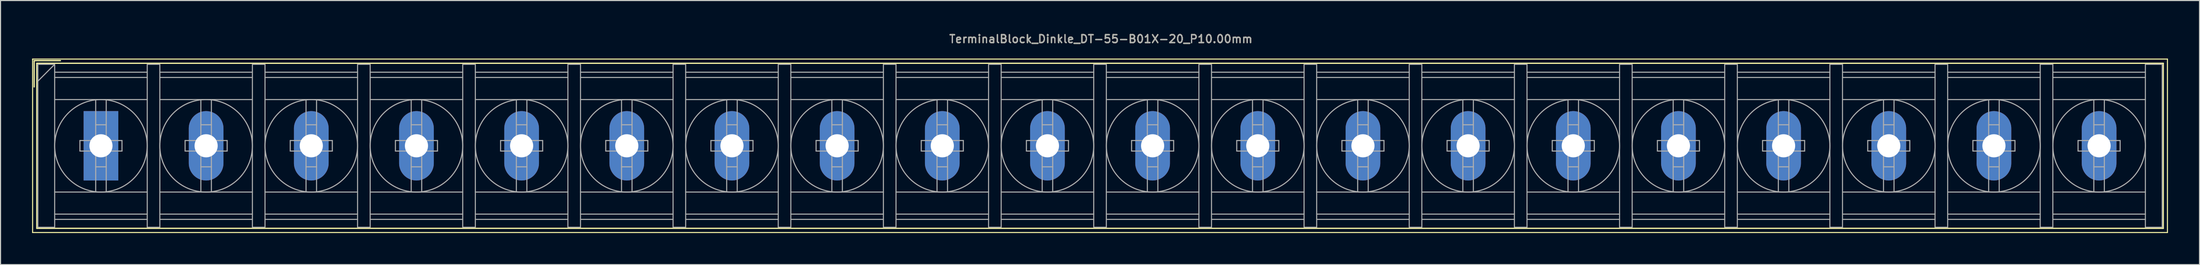
<source format=kicad_pcb>
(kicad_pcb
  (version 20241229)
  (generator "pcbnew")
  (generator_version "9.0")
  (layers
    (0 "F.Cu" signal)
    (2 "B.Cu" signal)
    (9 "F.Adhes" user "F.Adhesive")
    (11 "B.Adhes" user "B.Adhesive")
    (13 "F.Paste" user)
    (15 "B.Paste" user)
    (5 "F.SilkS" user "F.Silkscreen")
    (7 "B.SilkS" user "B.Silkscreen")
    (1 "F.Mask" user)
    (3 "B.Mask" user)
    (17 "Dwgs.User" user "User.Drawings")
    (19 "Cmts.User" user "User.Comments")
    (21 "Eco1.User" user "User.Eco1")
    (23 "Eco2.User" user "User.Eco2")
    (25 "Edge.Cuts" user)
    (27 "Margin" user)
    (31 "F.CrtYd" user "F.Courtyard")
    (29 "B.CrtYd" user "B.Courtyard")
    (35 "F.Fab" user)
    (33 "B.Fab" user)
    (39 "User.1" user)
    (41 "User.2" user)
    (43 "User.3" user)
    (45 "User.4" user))
  (footprint "TerminalBlock_Dinkle_DT-55-B01X-20_P10.00mm"
    (layer "F.Cu")
    (at 6.55 10.818)
    (property "Reference" "TerminalBlock_Dinkle_DT-55-B01X-20_P10.00mm" (at 95.08 -10.16 0) (layer "F.SilkS") (effects (font (size 0.75 0.75) (thickness 0.125))))
    (attr through_hole)
    (fp_line (start -6.5 -8.25) (end 196.5 -8.25) (stroke (width 0.1) (type solid)) (layer "F.SilkS"))
    (fp_line (start -6.5 8.25) (end -6.5 -8.25) (stroke (width 0.1) (type solid)) (layer "F.SilkS"))
    (fp_line (start -6.5 8.25) (end 196.5 8.25) (stroke (width 0.1) (type solid)) (layer "F.SilkS"))
    (fp_line (start -6.35 -8.1) (end -3.85 -8.1) (stroke (width 0.12) (type solid)) (layer "F.SilkS"))
    (fp_line (start -6.35 -5.6) (end -6.35 -8.1) (stroke (width 0.12) (type solid)) (layer "F.SilkS"))
    (fp_line (start -6.1 -7.85) (end 196.1 -7.85) (stroke (width 0.12) (type solid)) (layer "F.SilkS"))
    (fp_line (start -6.1 7.85) (end -6.1 -7.85) (stroke (width 0.12) (type solid)) (layer "F.SilkS"))
    (fp_line (start -6.1 7.85) (end 196.1 7.85) (stroke (width 0.12) (type solid)) (layer "F.SilkS"))
    (fp_line (start 196.1 -7.85) (end 196.1 7.85) (stroke (width 0.12) (type solid)) (layer "F.SilkS"))
    (fp_line (start 196.5 -8.25) (end 196.5 8.25) (stroke (width 0.1) (type solid)) (layer "F.SilkS"))
    (fp_line (start -6 -7.75) (end -6 7.75) (stroke (width 0.1) (type solid)) (layer "F.Fab"))
    (fp_line (start -6 -7.75) (end -4.4 -7.75) (stroke (width 0.1) (type solid)) (layer "F.Fab"))
    (fp_line (start -6 7.75) (end -4.4 7.75) (stroke (width 0.1) (type solid)) (layer "F.Fab"))
    (fp_line (start -4.4 -7.75) (end -6 -6.15) (stroke (width 0.1) (type solid)) (layer "F.Fab"))
    (fp_line (start -4.4 -7.75) (end -4.4 7.75) (stroke (width 0.1) (type solid)) (layer "F.Fab"))
    (fp_line (start -4.4 -7) (end 4.4 -7) (stroke (width 0.1) (type solid)) (layer "F.Fab"))
    (fp_line (start -4.4 -6.5) (end 4.4 -6.5) (stroke (width 0.1) (type solid)) (layer "F.Fab"))
    (fp_line (start -4.4 -4.4) (end 4.4 -4.4) (stroke (width 0.1) (type solid)) (layer "F.Fab"))
    (fp_line (start -4.4 4.4) (end 4.4 4.4) (stroke (width 0.1) (type solid)) (layer "F.Fab"))
    (fp_line (start -4.4 6.5) (end 4.4 6.5) (stroke (width 0.1) (type solid)) (layer "F.Fab"))
    (fp_line (start -4.4 7) (end 4.4 7) (stroke (width 0.1) (type solid)) (layer "F.Fab"))
    (fp_line (start -2 -0.5) (end -2 0.5) (stroke (width 0.1) (type solid)) (layer "F.Fab"))
    (fp_line (start -2 0.5) (end -0.5 0.5) (stroke (width 0.1) (type solid)) (layer "F.Fab"))
    (fp_line (start -0.5 -4.35) (end -0.5 -0.5) (stroke (width 0.1) (type solid)) (layer "F.Fab"))
    (fp_line (start -0.5 -2) (end 0.5 -2) (stroke (width 0.1) (type solid)) (layer "F.Fab"))
    (fp_line (start -0.5 -0.5) (end -2 -0.5) (stroke (width 0.1) (type solid)) (layer "F.Fab"))
    (fp_line (start -0.5 0.5) (end -0.5 4.35) (stroke (width 0.1) (type solid)) (layer "F.Fab"))
    (fp_line (start -0.5 2) (end 0.5 2) (stroke (width 0.1) (type solid)) (layer "F.Fab"))
    (fp_line (start 0.5 -4.35) (end 0.5 -0.5) (stroke (width 0.1) (type solid)) (layer "F.Fab"))
    (fp_line (start 0.5 -0.5) (end 2 -0.5) (stroke (width 0.1) (type solid)) (layer "F.Fab"))
    (fp_line (start 0.5 0.5) (end 0.5 4.35) (stroke (width 0.1) (type solid)) (layer "F.Fab"))
    (fp_line (start 2 -0.5) (end 2 0.5) (stroke (width 0.1) (type solid)) (layer "F.Fab"))
    (fp_line (start 2 0.5) (end 0.5 0.5) (stroke (width 0.1) (type solid)) (layer "F.Fab"))
    (fp_line (start 4.4 -7.75) (end 4.4 7.75) (stroke (width 0.1) (type solid)) (layer "F.Fab"))
    (fp_line (start 4.4 -7.75) (end 5.6 -7.75) (stroke (width 0.1) (type solid)) (layer "F.Fab"))
    (fp_line (start 4.4 7.75) (end 5.6 7.75) (stroke (width 0.1) (type solid)) (layer "F.Fab"))
    (fp_line (start 5.6 -7.75) (end 5.6 7.75) (stroke (width 0.1) (type solid)) (layer "F.Fab"))
    (fp_line (start 5.6 -7) (end 14.4 -7) (stroke (width 0.1) (type solid)) (layer "F.Fab"))
    (fp_line (start 5.6 -6.5) (end 14.4 -6.5) (stroke (width 0.1) (type solid)) (layer "F.Fab"))
    (fp_line (start 5.6 -4.4) (end 14.4 -4.4) (stroke (width 0.1) (type solid)) (layer "F.Fab"))
    (fp_line (start 5.6 4.4) (end 14.4 4.4) (stroke (width 0.1) (type solid)) (layer "F.Fab"))
    (fp_line (start 5.6 6.5) (end 14.4 6.5) (stroke (width 0.1) (type solid)) (layer "F.Fab"))
    (fp_line (start 5.6 7) (end 14.4 7) (stroke (width 0.1) (type solid)) (layer "F.Fab"))
    (fp_line (start 8 -0.5) (end 8 0.5) (stroke (width 0.1) (type solid)) (layer "F.Fab"))
    (fp_line (start 8 0.5) (end 9.5 0.5) (stroke (width 0.1) (type solid)) (layer "F.Fab"))
    (fp_line (start 9.5 -4.35) (end 9.5 -0.5) (stroke (width 0.1) (type solid)) (layer "F.Fab"))
    (fp_line (start 9.5 -2) (end 10.5 -2) (stroke (width 0.1) (type solid)) (layer "F.Fab"))
    (fp_line (start 9.5 -0.5) (end 8 -0.5) (stroke (width 0.1) (type solid)) (layer "F.Fab"))
    (fp_line (start 9.5 0.5) (end 9.5 4.35) (stroke (width 0.1) (type solid)) (layer "F.Fab"))
    (fp_line (start 9.5 2) (end 10.5 2) (stroke (width 0.1) (type solid)) (layer "F.Fab"))
    (fp_line (start 10.5 -4.35) (end 10.5 -0.5) (stroke (width 0.1) (type solid)) (layer "F.Fab"))
    (fp_line (start 10.5 -0.5) (end 12 -0.5) (stroke (width 0.1) (type solid)) (layer "F.Fab"))
    (fp_line (start 10.5 0.5) (end 10.5 4.35) (stroke (width 0.1) (type solid)) (layer "F.Fab"))
    (fp_line (start 12 -0.5) (end 12 0.5) (stroke (width 0.1) (type solid)) (layer "F.Fab"))
    (fp_line (start 12 0.5) (end 10.5 0.5) (stroke (width 0.1) (type solid)) (layer "F.Fab"))
    (fp_line (start 14.4 -7.75) (end 14.4 7.75) (stroke (width 0.1) (type solid)) (layer "F.Fab"))
    (fp_line (start 14.4 -7.75) (end 15.6 -7.75) (stroke (width 0.1) (type solid)) (layer "F.Fab"))
    (fp_line (start 14.4 7.75) (end 15.6 7.75) (stroke (width 0.1) (type solid)) (layer "F.Fab"))
    (fp_line (start 15.6 -7.75) (end 15.6 7.75) (stroke (width 0.1) (type solid)) (layer "F.Fab"))
    (fp_line (start 15.6 -7) (end 24.4 -7) (stroke (width 0.1) (type solid)) (layer "F.Fab"))
    (fp_line (start 15.6 -6.5) (end 24.4 -6.5) (stroke (width 0.1) (type solid)) (layer "F.Fab"))
    (fp_line (start 15.6 -4.4) (end 24.4 -4.4) (stroke (width 0.1) (type solid)) (layer "F.Fab"))
    (fp_line (start 15.6 4.4) (end 24.4 4.4) (stroke (width 0.1) (type solid)) (layer "F.Fab"))
    (fp_line (start 15.6 6.5) (end 24.4 6.5) (stroke (width 0.1) (type solid)) (layer "F.Fab"))
    (fp_line (start 15.6 7) (end 24.4 7) (stroke (width 0.1) (type solid)) (layer "F.Fab"))
    (fp_line (start 18 -0.5) (end 18 0.5) (stroke (width 0.1) (type solid)) (layer "F.Fab"))
    (fp_line (start 18 0.5) (end 19.5 0.5) (stroke (width 0.1) (type solid)) (layer "F.Fab"))
    (fp_line (start 19.5 -4.35) (end 19.5 -0.5) (stroke (width 0.1) (type solid)) (layer "F.Fab"))
    (fp_line (start 19.5 -2) (end 20.5 -2) (stroke (width 0.1) (type solid)) (layer "F.Fab"))
    (fp_line (start 19.5 -0.5) (end 18 -0.5) (stroke (width 0.1) (type solid)) (layer "F.Fab"))
    (fp_line (start 19.5 0.5) (end 19.5 4.35) (stroke (width 0.1) (type solid)) (layer "F.Fab"))
    (fp_line (start 19.5 2) (end 20.5 2) (stroke (width 0.1) (type solid)) (layer "F.Fab"))
    (fp_line (start 20.5 -4.35) (end 20.5 -0.5) (stroke (width 0.1) (type solid)) (layer "F.Fab"))
    (fp_line (start 20.5 -0.5) (end 22 -0.5) (stroke (width 0.1) (type solid)) (layer "F.Fab"))
    (fp_line (start 20.5 0.5) (end 20.5 4.35) (stroke (width 0.1) (type solid)) (layer "F.Fab"))
    (fp_line (start 22 -0.5) (end 22 0.5) (stroke (width 0.1) (type solid)) (layer "F.Fab"))
    (fp_line (start 22 0.5) (end 20.5 0.5) (stroke (width 0.1) (type solid)) (layer "F.Fab"))
    (fp_line (start 24.4 -7.75) (end 24.4 7.75) (stroke (width 0.1) (type solid)) (layer "F.Fab"))
    (fp_line (start 24.4 -7.75) (end 25.6 -7.75) (stroke (width 0.1) (type solid)) (layer "F.Fab"))
    (fp_line (start 24.4 7.75) (end 25.6 7.75) (stroke (width 0.1) (type solid)) (layer "F.Fab"))
    (fp_line (start 25.6 -7.75) (end 25.6 7.75) (stroke (width 0.1) (type solid)) (layer "F.Fab"))
    (fp_line (start 25.6 -7) (end 34.4 -7) (stroke (width 0.1) (type solid)) (layer "F.Fab"))
    (fp_line (start 25.6 -6.5) (end 34.4 -6.5) (stroke (width 0.1) (type solid)) (layer "F.Fab"))
    (fp_line (start 25.6 -4.4) (end 34.4 -4.4) (stroke (width 0.1) (type solid)) (layer "F.Fab"))
    (fp_line (start 25.6 4.4) (end 34.4 4.4) (stroke (width 0.1) (type solid)) (layer "F.Fab"))
    (fp_line (start 25.6 6.5) (end 34.4 6.5) (stroke (width 0.1) (type solid)) (layer "F.Fab"))
    (fp_line (start 25.6 7) (end 34.4 7) (stroke (width 0.1) (type solid)) (layer "F.Fab"))
    (fp_line (start 28 -0.5) (end 28 0.5) (stroke (width 0.1) (type solid)) (layer "F.Fab"))
    (fp_line (start 28 0.5) (end 29.5 0.5) (stroke (width 0.1) (type solid)) (layer "F.Fab"))
    (fp_line (start 29.5 -4.35) (end 29.5 -0.5) (stroke (width 0.1) (type solid)) (layer "F.Fab"))
    (fp_line (start 29.5 -2) (end 30.5 -2) (stroke (width 0.1) (type solid)) (layer "F.Fab"))
    (fp_line (start 29.5 -0.5) (end 28 -0.5) (stroke (width 0.1) (type solid)) (layer "F.Fab"))
    (fp_line (start 29.5 0.5) (end 29.5 4.35) (stroke (width 0.1) (type solid)) (layer "F.Fab"))
    (fp_line (start 29.5 2) (end 30.5 2) (stroke (width 0.1) (type solid)) (layer "F.Fab"))
    (fp_line (start 30.5 -4.35) (end 30.5 -0.5) (stroke (width 0.1) (type solid)) (layer "F.Fab"))
    (fp_line (start 30.5 -0.5) (end 32 -0.5) (stroke (width 0.1) (type solid)) (layer "F.Fab"))
    (fp_line (start 30.5 0.5) (end 30.5 4.35) (stroke (width 0.1) (type solid)) (layer "F.Fab"))
    (fp_line (start 32 -0.5) (end 32 0.5) (stroke (width 0.1) (type solid)) (layer "F.Fab"))
    (fp_line (start 32 0.5) (end 30.5 0.5) (stroke (width 0.1) (type solid)) (layer "F.Fab"))
    (fp_line (start 34.4 -7.75) (end 34.4 7.75) (stroke (width 0.1) (type solid)) (layer "F.Fab"))
    (fp_line (start 34.4 -7.75) (end 35.6 -7.75) (stroke (width 0.1) (type solid)) (layer "F.Fab"))
    (fp_line (start 34.4 7.75) (end 35.6 7.75) (stroke (width 0.1) (type solid)) (layer "F.Fab"))
    (fp_line (start 35.6 -7.75) (end 35.6 7.75) (stroke (width 0.1) (type solid)) (layer "F.Fab"))
    (fp_line (start 35.6 -7) (end 44.4 -7) (stroke (width 0.1) (type solid)) (layer "F.Fab"))
    (fp_line (start 35.6 -6.5) (end 44.4 -6.5) (stroke (width 0.1) (type solid)) (layer "F.Fab"))
    (fp_line (start 35.6 -4.4) (end 44.4 -4.4) (stroke (width 0.1) (type solid)) (layer "F.Fab"))
    (fp_line (start 35.6 4.4) (end 44.4 4.4) (stroke (width 0.1) (type solid)) (layer "F.Fab"))
    (fp_line (start 35.6 6.5) (end 44.4 6.5) (stroke (width 0.1) (type solid)) (layer "F.Fab"))
    (fp_line (start 35.6 7) (end 44.4 7) (stroke (width 0.1) (type solid)) (layer "F.Fab"))
    (fp_line (start 38 -0.5) (end 38 0.5) (stroke (width 0.1) (type solid)) (layer "F.Fab"))
    (fp_line (start 38 0.5) (end 39.5 0.5) (stroke (width 0.1) (type solid)) (layer "F.Fab"))
    (fp_line (start 39.5 -4.35) (end 39.5 -0.5) (stroke (width 0.1) (type solid)) (layer "F.Fab"))
    (fp_line (start 39.5 -2) (end 40.5 -2) (stroke (width 0.1) (type solid)) (layer "F.Fab"))
    (fp_line (start 39.5 -0.5) (end 38 -0.5) (stroke (width 0.1) (type solid)) (layer "F.Fab"))
    (fp_line (start 39.5 0.5) (end 39.5 4.35) (stroke (width 0.1) (type solid)) (layer "F.Fab"))
    (fp_line (start 39.5 2) (end 40.5 2) (stroke (width 0.1) (type solid)) (layer "F.Fab"))
    (fp_line (start 40.5 -4.35) (end 40.5 -0.5) (stroke (width 0.1) (type solid)) (layer "F.Fab"))
    (fp_line (start 40.5 -0.5) (end 42 -0.5) (stroke (width 0.1) (type solid)) (layer "F.Fab"))
    (fp_line (start 40.5 0.5) (end 40.5 4.35) (stroke (width 0.1) (type solid)) (layer "F.Fab"))
    (fp_line (start 42 -0.5) (end 42 0.5) (stroke (width 0.1) (type solid)) (layer "F.Fab"))
    (fp_line (start 42 0.5) (end 40.5 0.5) (stroke (width 0.1) (type solid)) (layer "F.Fab"))
    (fp_line (start 44.4 -7.75) (end 44.4 7.75) (stroke (width 0.1) (type solid)) (layer "F.Fab"))
    (fp_line (start 44.4 -7.75) (end 45.6 -7.75) (stroke (width 0.1) (type solid)) (layer "F.Fab"))
    (fp_line (start 44.4 7.75) (end 45.6 7.75) (stroke (width 0.1) (type solid)) (layer "F.Fab"))
    (fp_line (start 45.6 -7.75) (end 45.6 7.75) (stroke (width 0.1) (type solid)) (layer "F.Fab"))
    (fp_line (start 45.6 -7) (end 54.4 -7) (stroke (width 0.1) (type solid)) (layer "F.Fab"))
    (fp_line (start 45.6 -6.5) (end 54.4 -6.5) (stroke (width 0.1) (type solid)) (layer "F.Fab"))
    (fp_line (start 45.6 -4.4) (end 54.4 -4.4) (stroke (width 0.1) (type solid)) (layer "F.Fab"))
    (fp_line (start 45.6 4.4) (end 54.4 4.4) (stroke (width 0.1) (type solid)) (layer "F.Fab"))
    (fp_line (start 45.6 6.5) (end 54.4 6.5) (stroke (width 0.1) (type solid)) (layer "F.Fab"))
    (fp_line (start 45.6 7) (end 54.4 7) (stroke (width 0.1) (type solid)) (layer "F.Fab"))
    (fp_line (start 48 -0.5) (end 48 0.5) (stroke (width 0.1) (type solid)) (layer "F.Fab"))
    (fp_line (start 48 0.5) (end 49.5 0.5) (stroke (width 0.1) (type solid)) (layer "F.Fab"))
    (fp_line (start 49.5 -4.35) (end 49.5 -0.5) (stroke (width 0.1) (type solid)) (layer "F.Fab"))
    (fp_line (start 49.5 -2) (end 50.5 -2) (stroke (width 0.1) (type solid)) (layer "F.Fab"))
    (fp_line (start 49.5 -0.5) (end 48 -0.5) (stroke (width 0.1) (type solid)) (layer "F.Fab"))
    (fp_line (start 49.5 0.5) (end 49.5 4.35) (stroke (width 0.1) (type solid)) (layer "F.Fab"))
    (fp_line (start 49.5 2) (end 50.5 2) (stroke (width 0.1) (type solid)) (layer "F.Fab"))
    (fp_line (start 50.5 -4.35) (end 50.5 -0.5) (stroke (width 0.1) (type solid)) (layer "F.Fab"))
    (fp_line (start 50.5 -0.5) (end 52 -0.5) (stroke (width 0.1) (type solid)) (layer "F.Fab"))
    (fp_line (start 50.5 0.5) (end 50.5 4.35) (stroke (width 0.1) (type solid)) (layer "F.Fab"))
    (fp_line (start 52 -0.5) (end 52 0.5) (stroke (width 0.1) (type solid)) (layer "F.Fab"))
    (fp_line (start 52 0.5) (end 50.5 0.5) (stroke (width 0.1) (type solid)) (layer "F.Fab"))
    (fp_line (start 54.4 -7.75) (end 54.4 7.75) (stroke (width 0.1) (type solid)) (layer "F.Fab"))
    (fp_line (start 54.4 -7.75) (end 55.6 -7.75) (stroke (width 0.1) (type solid)) (layer "F.Fab"))
    (fp_line (start 54.4 7.75) (end 55.6 7.75) (stroke (width 0.1) (type solid)) (layer "F.Fab"))
    (fp_line (start 55.6 -7.75) (end 55.6 7.75) (stroke (width 0.1) (type solid)) (layer "F.Fab"))
    (fp_line (start 55.6 -7) (end 64.4 -7) (stroke (width 0.1) (type solid)) (layer "F.Fab"))
    (fp_line (start 55.6 -6.5) (end 64.4 -6.5) (stroke (width 0.1) (type solid)) (layer "F.Fab"))
    (fp_line (start 55.6 -4.4) (end 64.4 -4.4) (stroke (width 0.1) (type solid)) (layer "F.Fab"))
    (fp_line (start 55.6 4.4) (end 64.4 4.4) (stroke (width 0.1) (type solid)) (layer "F.Fab"))
    (fp_line (start 55.6 6.5) (end 64.4 6.5) (stroke (width 0.1) (type solid)) (layer "F.Fab"))
    (fp_line (start 55.6 7) (end 64.4 7) (stroke (width 0.1) (type solid)) (layer "F.Fab"))
    (fp_line (start 58 -0.5) (end 58 0.5) (stroke (width 0.1) (type solid)) (layer "F.Fab"))
    (fp_line (start 58 0.5) (end 59.5 0.5) (stroke (width 0.1) (type solid)) (layer "F.Fab"))
    (fp_line (start 59.5 -4.35) (end 59.5 -0.5) (stroke (width 0.1) (type solid)) (layer "F.Fab"))
    (fp_line (start 59.5 -2) (end 60.5 -2) (stroke (width 0.1) (type solid)) (layer "F.Fab"))
    (fp_line (start 59.5 -0.5) (end 58 -0.5) (stroke (width 0.1) (type solid)) (layer "F.Fab"))
    (fp_line (start 59.5 0.5) (end 59.5 4.35) (stroke (width 0.1) (type solid)) (layer "F.Fab"))
    (fp_line (start 59.5 2) (end 60.5 2) (stroke (width 0.1) (type solid)) (layer "F.Fab"))
    (fp_line (start 60.5 -4.35) (end 60.5 -0.5) (stroke (width 0.1) (type solid)) (layer "F.Fab"))
    (fp_line (start 60.5 -0.5) (end 62 -0.5) (stroke (width 0.1) (type solid)) (layer "F.Fab"))
    (fp_line (start 60.5 0.5) (end 60.5 4.35) (stroke (width 0.1) (type solid)) (layer "F.Fab"))
    (fp_line (start 62 -0.5) (end 62 0.5) (stroke (width 0.1) (type solid)) (layer "F.Fab"))
    (fp_line (start 62 0.5) (end 60.5 0.5) (stroke (width 0.1) (type solid)) (layer "F.Fab"))
    (fp_line (start 64.4 -7.75) (end 64.4 7.75) (stroke (width 0.1) (type solid)) (layer "F.Fab"))
    (fp_line (start 64.4 -7.75) (end 65.6 -7.75) (stroke (width 0.1) (type solid)) (layer "F.Fab"))
    (fp_line (start 64.4 7.75) (end 65.6 7.75) (stroke (width 0.1) (type solid)) (layer "F.Fab"))
    (fp_line (start 65.6 -7.75) (end 65.6 7.75) (stroke (width 0.1) (type solid)) (layer "F.Fab"))
    (fp_line (start 65.6 -7) (end 74.4 -7) (stroke (width 0.1) (type solid)) (layer "F.Fab"))
    (fp_line (start 65.6 -6.5) (end 74.4 -6.5) (stroke (width 0.1) (type solid)) (layer "F.Fab"))
    (fp_line (start 65.6 -4.4) (end 74.4 -4.4) (stroke (width 0.1) (type solid)) (layer "F.Fab"))
    (fp_line (start 65.6 4.4) (end 74.4 4.4) (stroke (width 0.1) (type solid)) (layer "F.Fab"))
    (fp_line (start 65.6 6.5) (end 74.4 6.5) (stroke (width 0.1) (type solid)) (layer "F.Fab"))
    (fp_line (start 65.6 7) (end 74.4 7) (stroke (width 0.1) (type solid)) (layer "F.Fab"))
    (fp_line (start 68 -0.5) (end 68 0.5) (stroke (width 0.1) (type solid)) (layer "F.Fab"))
    (fp_line (start 68 0.5) (end 69.5 0.5) (stroke (width 0.1) (type solid)) (layer "F.Fab"))
    (fp_line (start 69.5 -4.35) (end 69.5 -0.5) (stroke (width 0.1) (type solid)) (layer "F.Fab"))
    (fp_line (start 69.5 -2) (end 70.5 -2) (stroke (width 0.1) (type solid)) (layer "F.Fab"))
    (fp_line (start 69.5 -0.5) (end 68 -0.5) (stroke (width 0.1) (type solid)) (layer "F.Fab"))
    (fp_line (start 69.5 0.5) (end 69.5 4.35) (stroke (width 0.1) (type solid)) (layer "F.Fab"))
    (fp_line (start 69.5 2) (end 70.5 2) (stroke (width 0.1) (type solid)) (layer "F.Fab"))
    (fp_line (start 70.5 -4.35) (end 70.5 -0.5) (stroke (width 0.1) (type solid)) (layer "F.Fab"))
    (fp_line (start 70.5 -0.5) (end 72 -0.5) (stroke (width 0.1) (type solid)) (layer "F.Fab"))
    (fp_line (start 70.5 0.5) (end 70.5 4.35) (stroke (width 0.1) (type solid)) (layer "F.Fab"))
    (fp_line (start 72 -0.5) (end 72 0.5) (stroke (width 0.1) (type solid)) (layer "F.Fab"))
    (fp_line (start 72 0.5) (end 70.5 0.5) (stroke (width 0.1) (type solid)) (layer "F.Fab"))
    (fp_line (start 74.4 -7.75) (end 74.4 7.75) (stroke (width 0.1) (type solid)) (layer "F.Fab"))
    (fp_line (start 74.4 -7.75) (end 75.6 -7.75) (stroke (width 0.1) (type solid)) (layer "F.Fab"))
    (fp_line (start 74.4 7.75) (end 75.6 7.75) (stroke (width 0.1) (type solid)) (layer "F.Fab"))
    (fp_line (start 75.6 -7.75) (end 75.6 7.75) (stroke (width 0.1) (type solid)) (layer "F.Fab"))
    (fp_line (start 75.6 -7) (end 84.4 -7) (stroke (width 0.1) (type solid)) (layer "F.Fab"))
    (fp_line (start 75.6 -6.5) (end 84.4 -6.5) (stroke (width 0.1) (type solid)) (layer "F.Fab"))
    (fp_line (start 75.6 -4.4) (end 84.4 -4.4) (stroke (width 0.1) (type solid)) (layer "F.Fab"))
    (fp_line (start 75.6 4.4) (end 84.4 4.4) (stroke (width 0.1) (type solid)) (layer "F.Fab"))
    (fp_line (start 75.6 6.5) (end 84.4 6.5) (stroke (width 0.1) (type solid)) (layer "F.Fab"))
    (fp_line (start 75.6 7) (end 84.4 7) (stroke (width 0.1) (type solid)) (layer "F.Fab"))
    (fp_line (start 78 -0.5) (end 78 0.5) (stroke (width 0.1) (type solid)) (layer "F.Fab"))
    (fp_line (start 78 0.5) (end 79.5 0.5) (stroke (width 0.1) (type solid)) (layer "F.Fab"))
    (fp_line (start 79.5 -4.35) (end 79.5 -0.5) (stroke (width 0.1) (type solid)) (layer "F.Fab"))
    (fp_line (start 79.5 -2) (end 80.5 -2) (stroke (width 0.1) (type solid)) (layer "F.Fab"))
    (fp_line (start 79.5 -0.5) (end 78 -0.5) (stroke (width 0.1) (type solid)) (layer "F.Fab"))
    (fp_line (start 79.5 0.5) (end 79.5 4.35) (stroke (width 0.1) (type solid)) (layer "F.Fab"))
    (fp_line (start 79.5 2) (end 80.5 2) (stroke (width 0.1) (type solid)) (layer "F.Fab"))
    (fp_line (start 80.5 -4.35) (end 80.5 -0.5) (stroke (width 0.1) (type solid)) (layer "F.Fab"))
    (fp_line (start 80.5 -0.5) (end 82 -0.5) (stroke (width 0.1) (type solid)) (layer "F.Fab"))
    (fp_line (start 80.5 0.5) (end 80.5 4.35) (stroke (width 0.1) (type solid)) (layer "F.Fab"))
    (fp_line (start 82 -0.5) (end 82 0.5) (stroke (width 0.1) (type solid)) (layer "F.Fab"))
    (fp_line (start 82 0.5) (end 80.5 0.5) (stroke (width 0.1) (type solid)) (layer "F.Fab"))
    (fp_line (start 84.4 -7.75) (end 84.4 7.75) (stroke (width 0.1) (type solid)) (layer "F.Fab"))
    (fp_line (start 84.4 -7.75) (end 85.6 -7.75) (stroke (width 0.1) (type solid)) (layer "F.Fab"))
    (fp_line (start 84.4 7.75) (end 85.6 7.75) (stroke (width 0.1) (type solid)) (layer "F.Fab"))
    (fp_line (start 85.6 -7.75) (end 85.6 7.75) (stroke (width 0.1) (type solid)) (layer "F.Fab"))
    (fp_line (start 85.6 -7) (end 94.4 -7) (stroke (width 0.1) (type solid)) (layer "F.Fab"))
    (fp_line (start 85.6 -6.5) (end 94.4 -6.5) (stroke (width 0.1) (type solid)) (layer "F.Fab"))
    (fp_line (start 85.6 -4.4) (end 94.4 -4.4) (stroke (width 0.1) (type solid)) (layer "F.Fab"))
    (fp_line (start 85.6 4.4) (end 94.4 4.4) (stroke (width 0.1) (type solid)) (layer "F.Fab"))
    (fp_line (start 85.6 6.5) (end 94.4 6.5) (stroke (width 0.1) (type solid)) (layer "F.Fab"))
    (fp_line (start 85.6 7) (end 94.4 7) (stroke (width 0.1) (type solid)) (layer "F.Fab"))
    (fp_line (start 88 -0.5) (end 88 0.5) (stroke (width 0.1) (type solid)) (layer "F.Fab"))
    (fp_line (start 88 0.5) (end 89.5 0.5) (stroke (width 0.1) (type solid)) (layer "F.Fab"))
    (fp_line (start 89.5 -4.35) (end 89.5 -0.5) (stroke (width 0.1) (type solid)) (layer "F.Fab"))
    (fp_line (start 89.5 -2) (end 90.5 -2) (stroke (width 0.1) (type solid)) (layer "F.Fab"))
    (fp_line (start 89.5 -0.5) (end 88 -0.5) (stroke (width 0.1) (type solid)) (layer "F.Fab"))
    (fp_line (start 89.5 0.5) (end 89.5 4.35) (stroke (width 0.1) (type solid)) (layer "F.Fab"))
    (fp_line (start 89.5 2) (end 90.5 2) (stroke (width 0.1) (type solid)) (layer "F.Fab"))
    (fp_line (start 90.5 -4.35) (end 90.5 -0.5) (stroke (width 0.1) (type solid)) (layer "F.Fab"))
    (fp_line (start 90.5 -0.5) (end 92 -0.5) (stroke (width 0.1) (type solid)) (layer "F.Fab"))
    (fp_line (start 90.5 0.5) (end 90.5 4.35) (stroke (width 0.1) (type solid)) (layer "F.Fab"))
    (fp_line (start 92 -0.5) (end 92 0.5) (stroke (width 0.1) (type solid)) (layer "F.Fab"))
    (fp_line (start 92 0.5) (end 90.5 0.5) (stroke (width 0.1) (type solid)) (layer "F.Fab"))
    (fp_line (start 94.4 -7.75) (end 94.4 7.75) (stroke (width 0.1) (type solid)) (layer "F.Fab"))
    (fp_line (start 94.4 -7.75) (end 95.6 -7.75) (stroke (width 0.1) (type solid)) (layer "F.Fab"))
    (fp_line (start 94.4 7.75) (end 95.6 7.75) (stroke (width 0.1) (type solid)) (layer "F.Fab"))
    (fp_line (start 95.6 -7.75) (end 95.6 7.75) (stroke (width 0.1) (type solid)) (layer "F.Fab"))
    (fp_line (start 95.6 -7) (end 104.4 -7) (stroke (width 0.1) (type solid)) (layer "F.Fab"))
    (fp_line (start 95.6 -6.5) (end 104.4 -6.5) (stroke (width 0.1) (type solid)) (layer "F.Fab"))
    (fp_line (start 95.6 -4.4) (end 104.4 -4.4) (stroke (width 0.1) (type solid)) (layer "F.Fab"))
    (fp_line (start 95.6 4.4) (end 104.4 4.4) (stroke (width 0.1) (type solid)) (layer "F.Fab"))
    (fp_line (start 95.6 6.5) (end 104.4 6.5) (stroke (width 0.1) (type solid)) (layer "F.Fab"))
    (fp_line (start 95.6 7) (end 104.4 7) (stroke (width 0.1) (type solid)) (layer "F.Fab"))
    (fp_line (start 98 -0.5) (end 98 0.5) (stroke (width 0.1) (type solid)) (layer "F.Fab"))
    (fp_line (start 98 0.5) (end 99.5 0.5) (stroke (width 0.1) (type solid)) (layer "F.Fab"))
    (fp_line (start 99.5 -4.35) (end 99.5 -0.5) (stroke (width 0.1) (type solid)) (layer "F.Fab"))
    (fp_line (start 99.5 -2) (end 100.5 -2) (stroke (width 0.1) (type solid)) (layer "F.Fab"))
    (fp_line (start 99.5 -0.5) (end 98 -0.5) (stroke (width 0.1) (type solid)) (layer "F.Fab"))
    (fp_line (start 99.5 0.5) (end 99.5 4.35) (stroke (width 0.1) (type solid)) (layer "F.Fab"))
    (fp_line (start 99.5 2) (end 100.5 2) (stroke (width 0.1) (type solid)) (layer "F.Fab"))
    (fp_line (start 100.5 -4.35) (end 100.5 -0.5) (stroke (width 0.1) (type solid)) (layer "F.Fab"))
    (fp_line (start 100.5 -0.5) (end 102 -0.5) (stroke (width 0.1) (type solid)) (layer "F.Fab"))
    (fp_line (start 100.5 0.5) (end 100.5 4.35) (stroke (width 0.1) (type solid)) (layer "F.Fab"))
    (fp_line (start 102 -0.5) (end 102 0.5) (stroke (width 0.1) (type solid)) (layer "F.Fab"))
    (fp_line (start 102 0.5) (end 100.5 0.5) (stroke (width 0.1) (type solid)) (layer "F.Fab"))
    (fp_line (start 104.4 -7.75) (end 104.4 7.75) (stroke (width 0.1) (type solid)) (layer "F.Fab"))
    (fp_line (start 104.4 -7.75) (end 105.6 -7.75) (stroke (width 0.1) (type solid)) (layer "F.Fab"))
    (fp_line (start 104.4 7.75) (end 105.6 7.75) (stroke (width 0.1) (type solid)) (layer "F.Fab"))
    (fp_line (start 105.6 -7.75) (end 105.6 7.75) (stroke (width 0.1) (type solid)) (layer "F.Fab"))
    (fp_line (start 105.6 -7) (end 114.4 -7) (stroke (width 0.1) (type solid)) (layer "F.Fab"))
    (fp_line (start 105.6 -6.5) (end 114.4 -6.5) (stroke (width 0.1) (type solid)) (layer "F.Fab"))
    (fp_line (start 105.6 -4.4) (end 114.4 -4.4) (stroke (width 0.1) (type solid)) (layer "F.Fab"))
    (fp_line (start 105.6 4.4) (end 114.4 4.4) (stroke (width 0.1) (type solid)) (layer "F.Fab"))
    (fp_line (start 105.6 6.5) (end 114.4 6.5) (stroke (width 0.1) (type solid)) (layer "F.Fab"))
    (fp_line (start 105.6 7) (end 114.4 7) (stroke (width 0.1) (type solid)) (layer "F.Fab"))
    (fp_line (start 108 -0.5) (end 108 0.5) (stroke (width 0.1) (type solid)) (layer "F.Fab"))
    (fp_line (start 108 0.5) (end 109.5 0.5) (stroke (width 0.1) (type solid)) (layer "F.Fab"))
    (fp_line (start 109.5 -4.35) (end 109.5 -0.5) (stroke (width 0.1) (type solid)) (layer "F.Fab"))
    (fp_line (start 109.5 -2) (end 110.5 -2) (stroke (width 0.1) (type solid)) (layer "F.Fab"))
    (fp_line (start 109.5 -0.5) (end 108 -0.5) (stroke (width 0.1) (type solid)) (layer "F.Fab"))
    (fp_line (start 109.5 0.5) (end 109.5 4.35) (stroke (width 0.1) (type solid)) (layer "F.Fab"))
    (fp_line (start 109.5 2) (end 110.5 2) (stroke (width 0.1) (type solid)) (layer "F.Fab"))
    (fp_line (start 110.5 -4.35) (end 110.5 -0.5) (stroke (width 0.1) (type solid)) (layer "F.Fab"))
    (fp_line (start 110.5 -0.5) (end 112 -0.5) (stroke (width 0.1) (type solid)) (layer "F.Fab"))
    (fp_line (start 110.5 0.5) (end 110.5 4.35) (stroke (width 0.1) (type solid)) (layer "F.Fab"))
    (fp_line (start 112 -0.5) (end 112 0.5) (stroke (width 0.1) (type solid)) (layer "F.Fab"))
    (fp_line (start 112 0.5) (end 110.5 0.5) (stroke (width 0.1) (type solid)) (layer "F.Fab"))
    (fp_line (start 114.4 -7.75) (end 114.4 7.75) (stroke (width 0.1) (type solid)) (layer "F.Fab"))
    (fp_line (start 114.4 -7.75) (end 115.6 -7.75) (stroke (width 0.1) (type solid)) (layer "F.Fab"))
    (fp_line (start 114.4 7.75) (end 115.6 7.75) (stroke (width 0.1) (type solid)) (layer "F.Fab"))
    (fp_line (start 115.6 -7.75) (end 115.6 7.75) (stroke (width 0.1) (type solid)) (layer "F.Fab"))
    (fp_line (start 115.6 -7) (end 124.4 -7) (stroke (width 0.1) (type solid)) (layer "F.Fab"))
    (fp_line (start 115.6 -6.5) (end 124.4 -6.5) (stroke (width 0.1) (type solid)) (layer "F.Fab"))
    (fp_line (start 115.6 -4.4) (end 124.4 -4.4) (stroke (width 0.1) (type solid)) (layer "F.Fab"))
    (fp_line (start 115.6 4.4) (end 124.4 4.4) (stroke (width 0.1) (type solid)) (layer "F.Fab"))
    (fp_line (start 115.6 6.5) (end 124.4 6.5) (stroke (width 0.1) (type solid)) (layer "F.Fab"))
    (fp_line (start 115.6 7) (end 124.4 7) (stroke (width 0.1) (type solid)) (layer "F.Fab"))
    (fp_line (start 118 -0.5) (end 118 0.5) (stroke (width 0.1) (type solid)) (layer "F.Fab"))
    (fp_line (start 118 0.5) (end 119.5 0.5) (stroke (width 0.1) (type solid)) (layer "F.Fab"))
    (fp_line (start 119.5 -4.35) (end 119.5 -0.5) (stroke (width 0.1) (type solid)) (layer "F.Fab"))
    (fp_line (start 119.5 -2) (end 120.5 -2) (stroke (width 0.1) (type solid)) (layer "F.Fab"))
    (fp_line (start 119.5 -0.5) (end 118 -0.5) (stroke (width 0.1) (type solid)) (layer "F.Fab"))
    (fp_line (start 119.5 0.5) (end 119.5 4.35) (stroke (width 0.1) (type solid)) (layer "F.Fab"))
    (fp_line (start 119.5 2) (end 120.5 2) (stroke (width 0.1) (type solid)) (layer "F.Fab"))
    (fp_line (start 120.5 -4.35) (end 120.5 -0.5) (stroke (width 0.1) (type solid)) (layer "F.Fab"))
    (fp_line (start 120.5 -0.5) (end 122 -0.5) (stroke (width 0.1) (type solid)) (layer "F.Fab"))
    (fp_line (start 120.5 0.5) (end 120.5 4.35) (stroke (width 0.1) (type solid)) (layer "F.Fab"))
    (fp_line (start 122 -0.5) (end 122 0.5) (stroke (width 0.1) (type solid)) (layer "F.Fab"))
    (fp_line (start 122 0.5) (end 120.5 0.5) (stroke (width 0.1) (type solid)) (layer "F.Fab"))
    (fp_line (start 124.4 -7.75) (end 124.4 7.75) (stroke (width 0.1) (type solid)) (layer "F.Fab"))
    (fp_line (start 124.4 -7.75) (end 125.6 -7.75) (stroke (width 0.1) (type solid)) (layer "F.Fab"))
    (fp_line (start 124.4 7.75) (end 125.6 7.75) (stroke (width 0.1) (type solid)) (layer "F.Fab"))
    (fp_line (start 125.6 -7.75) (end 125.6 7.75) (stroke (width 0.1) (type solid)) (layer "F.Fab"))
    (fp_line (start 125.6 -7) (end 134.4 -7) (stroke (width 0.1) (type solid)) (layer "F.Fab"))
    (fp_line (start 125.6 -6.5) (end 134.4 -6.5) (stroke (width 0.1) (type solid)) (layer "F.Fab"))
    (fp_line (start 125.6 -4.4) (end 134.4 -4.4) (stroke (width 0.1) (type solid)) (layer "F.Fab"))
    (fp_line (start 125.6 4.4) (end 134.4 4.4) (stroke (width 0.1) (type solid)) (layer "F.Fab"))
    (fp_line (start 125.6 6.5) (end 134.4 6.5) (stroke (width 0.1) (type solid)) (layer "F.Fab"))
    (fp_line (start 125.6 7) (end 134.4 7) (stroke (width 0.1) (type solid)) (layer "F.Fab"))
    (fp_line (start 128 -0.5) (end 128 0.5) (stroke (width 0.1) (type solid)) (layer "F.Fab"))
    (fp_line (start 128 0.5) (end 129.5 0.5) (stroke (width 0.1) (type solid)) (layer "F.Fab"))
    (fp_line (start 129.5 -4.35) (end 129.5 -0.5) (stroke (width 0.1) (type solid)) (layer "F.Fab"))
    (fp_line (start 129.5 -2) (end 130.5 -2) (stroke (width 0.1) (type solid)) (layer "F.Fab"))
    (fp_line (start 129.5 -0.5) (end 128 -0.5) (stroke (width 0.1) (type solid)) (layer "F.Fab"))
    (fp_line (start 129.5 0.5) (end 129.5 4.35) (stroke (width 0.1) (type solid)) (layer "F.Fab"))
    (fp_line (start 129.5 2) (end 130.5 2) (stroke (width 0.1) (type solid)) (layer "F.Fab"))
    (fp_line (start 130.5 -4.35) (end 130.5 -0.5) (stroke (width 0.1) (type solid)) (layer "F.Fab"))
    (fp_line (start 130.5 -0.5) (end 132 -0.5) (stroke (width 0.1) (type solid)) (layer "F.Fab"))
    (fp_line (start 130.5 0.5) (end 130.5 4.35) (stroke (width 0.1) (type solid)) (layer "F.Fab"))
    (fp_line (start 132 -0.5) (end 132 0.5) (stroke (width 0.1) (type solid)) (layer "F.Fab"))
    (fp_line (start 132 0.5) (end 130.5 0.5) (stroke (width 0.1) (type solid)) (layer "F.Fab"))
    (fp_line (start 134.4 -7.75) (end 134.4 7.75) (stroke (width 0.1) (type solid)) (layer "F.Fab"))
    (fp_line (start 134.4 -7.75) (end 135.6 -7.75) (stroke (width 0.1) (type solid)) (layer "F.Fab"))
    (fp_line (start 134.4 7.75) (end 135.6 7.75) (stroke (width 0.1) (type solid)) (layer "F.Fab"))
    (fp_line (start 135.6 -7.75) (end 135.6 7.75) (stroke (width 0.1) (type solid)) (layer "F.Fab"))
    (fp_line (start 135.6 -7) (end 144.4 -7) (stroke (width 0.1) (type solid)) (layer "F.Fab"))
    (fp_line (start 135.6 -6.5) (end 144.4 -6.5) (stroke (width 0.1) (type solid)) (layer "F.Fab"))
    (fp_line (start 135.6 -4.4) (end 144.4 -4.4) (stroke (width 0.1) (type solid)) (layer "F.Fab"))
    (fp_line (start 135.6 4.4) (end 144.4 4.4) (stroke (width 0.1) (type solid)) (layer "F.Fab"))
    (fp_line (start 135.6 6.5) (end 144.4 6.5) (stroke (width 0.1) (type solid)) (layer "F.Fab"))
    (fp_line (start 135.6 7) (end 144.4 7) (stroke (width 0.1) (type solid)) (layer "F.Fab"))
    (fp_line (start 138 -0.5) (end 138 0.5) (stroke (width 0.1) (type solid)) (layer "F.Fab"))
    (fp_line (start 138 0.5) (end 139.5 0.5) (stroke (width 0.1) (type solid)) (layer "F.Fab"))
    (fp_line (start 139.5 -4.35) (end 139.5 -0.5) (stroke (width 0.1) (type solid)) (layer "F.Fab"))
    (fp_line (start 139.5 -2) (end 140.5 -2) (stroke (width 0.1) (type solid)) (layer "F.Fab"))
    (fp_line (start 139.5 -0.5) (end 138 -0.5) (stroke (width 0.1) (type solid)) (layer "F.Fab"))
    (fp_line (start 139.5 0.5) (end 139.5 4.35) (stroke (width 0.1) (type solid)) (layer "F.Fab"))
    (fp_line (start 139.5 2) (end 140.5 2) (stroke (width 0.1) (type solid)) (layer "F.Fab"))
    (fp_line (start 140.5 -4.35) (end 140.5 -0.5) (stroke (width 0.1) (type solid)) (layer "F.Fab"))
    (fp_line (start 140.5 -0.5) (end 142 -0.5) (stroke (width 0.1) (type solid)) (layer "F.Fab"))
    (fp_line (start 140.5 0.5) (end 140.5 4.35) (stroke (width 0.1) (type solid)) (layer "F.Fab"))
    (fp_line (start 142 -0.5) (end 142 0.5) (stroke (width 0.1) (type solid)) (layer "F.Fab"))
    (fp_line (start 142 0.5) (end 140.5 0.5) (stroke (width 0.1) (type solid)) (layer "F.Fab"))
    (fp_line (start 144.4 -7.75) (end 144.4 7.75) (stroke (width 0.1) (type solid)) (layer "F.Fab"))
    (fp_line (start 144.4 -7.75) (end 145.6 -7.75) (stroke (width 0.1) (type solid)) (layer "F.Fab"))
    (fp_line (start 144.4 7.75) (end 145.6 7.75) (stroke (width 0.1) (type solid)) (layer "F.Fab"))
    (fp_line (start 145.6 -7.75) (end 145.6 7.75) (stroke (width 0.1) (type solid)) (layer "F.Fab"))
    (fp_line (start 145.6 -7) (end 154.4 -7) (stroke (width 0.1) (type solid)) (layer "F.Fab"))
    (fp_line (start 145.6 -6.5) (end 154.4 -6.5) (stroke (width 0.1) (type solid)) (layer "F.Fab"))
    (fp_line (start 145.6 -4.4) (end 154.4 -4.4) (stroke (width 0.1) (type solid)) (layer "F.Fab"))
    (fp_line (start 145.6 4.4) (end 154.4 4.4) (stroke (width 0.1) (type solid)) (layer "F.Fab"))
    (fp_line (start 145.6 6.5) (end 154.4 6.5) (stroke (width 0.1) (type solid)) (layer "F.Fab"))
    (fp_line (start 145.6 7) (end 154.4 7) (stroke (width 0.1) (type solid)) (layer "F.Fab"))
    (fp_line (start 148 -0.5) (end 148 0.5) (stroke (width 0.1) (type solid)) (layer "F.Fab"))
    (fp_line (start 148 0.5) (end 149.5 0.5) (stroke (width 0.1) (type solid)) (layer "F.Fab"))
    (fp_line (start 149.5 -4.35) (end 149.5 -0.5) (stroke (width 0.1) (type solid)) (layer "F.Fab"))
    (fp_line (start 149.5 -2) (end 150.5 -2) (stroke (width 0.1) (type solid)) (layer "F.Fab"))
    (fp_line (start 149.5 -0.5) (end 148 -0.5) (stroke (width 0.1) (type solid)) (layer "F.Fab"))
    (fp_line (start 149.5 0.5) (end 149.5 4.35) (stroke (width 0.1) (type solid)) (layer "F.Fab"))
    (fp_line (start 149.5 2) (end 150.5 2) (stroke (width 0.1) (type solid)) (layer "F.Fab"))
    (fp_line (start 150.5 -4.35) (end 150.5 -0.5) (stroke (width 0.1) (type solid)) (layer "F.Fab"))
    (fp_line (start 150.5 -0.5) (end 152 -0.5) (stroke (width 0.1) (type solid)) (layer "F.Fab"))
    (fp_line (start 150.5 0.5) (end 150.5 4.35) (stroke (width 0.1) (type solid)) (layer "F.Fab"))
    (fp_line (start 152 -0.5) (end 152 0.5) (stroke (width 0.1) (type solid)) (layer "F.Fab"))
    (fp_line (start 152 0.5) (end 150.5 0.5) (stroke (width 0.1) (type solid)) (layer "F.Fab"))
    (fp_line (start 154.4 -7.75) (end 154.4 7.75) (stroke (width 0.1) (type solid)) (layer "F.Fab"))
    (fp_line (start 154.4 -7.75) (end 155.6 -7.75) (stroke (width 0.1) (type solid)) (layer "F.Fab"))
    (fp_line (start 154.4 7.75) (end 155.6 7.75) (stroke (width 0.1) (type solid)) (layer "F.Fab"))
    (fp_line (start 155.6 -7.75) (end 155.6 7.75) (stroke (width 0.1) (type solid)) (layer "F.Fab"))
    (fp_line (start 155.6 -7) (end 164.4 -7) (stroke (width 0.1) (type solid)) (layer "F.Fab"))
    (fp_line (start 155.6 -6.5) (end 164.4 -6.5) (stroke (width 0.1) (type solid)) (layer "F.Fab"))
    (fp_line (start 155.6 -4.4) (end 164.4 -4.4) (stroke (width 0.1) (type solid)) (layer "F.Fab"))
    (fp_line (start 155.6 4.4) (end 164.4 4.4) (stroke (width 0.1) (type solid)) (layer "F.Fab"))
    (fp_line (start 155.6 6.5) (end 164.4 6.5) (stroke (width 0.1) (type solid)) (layer "F.Fab"))
    (fp_line (start 155.6 7) (end 164.4 7) (stroke (width 0.1) (type solid)) (layer "F.Fab"))
    (fp_line (start 158 -0.5) (end 158 0.5) (stroke (width 0.1) (type solid)) (layer "F.Fab"))
    (fp_line (start 158 0.5) (end 159.5 0.5) (stroke (width 0.1) (type solid)) (layer "F.Fab"))
    (fp_line (start 159.5 -4.35) (end 159.5 -0.5) (stroke (width 0.1) (type solid)) (layer "F.Fab"))
    (fp_line (start 159.5 -2) (end 160.5 -2) (stroke (width 0.1) (type solid)) (layer "F.Fab"))
    (fp_line (start 159.5 -0.5) (end 158 -0.5) (stroke (width 0.1) (type solid)) (layer "F.Fab"))
    (fp_line (start 159.5 0.5) (end 159.5 4.35) (stroke (width 0.1) (type solid)) (layer "F.Fab"))
    (fp_line (start 159.5 2) (end 160.5 2) (stroke (width 0.1) (type solid)) (layer "F.Fab"))
    (fp_line (start 160.5 -4.35) (end 160.5 -0.5) (stroke (width 0.1) (type solid)) (layer "F.Fab"))
    (fp_line (start 160.5 -0.5) (end 162 -0.5) (stroke (width 0.1) (type solid)) (layer "F.Fab"))
    (fp_line (start 160.5 0.5) (end 160.5 4.35) (stroke (width 0.1) (type solid)) (layer "F.Fab"))
    (fp_line (start 162 -0.5) (end 162 0.5) (stroke (width 0.1) (type solid)) (layer "F.Fab"))
    (fp_line (start 162 0.5) (end 160.5 0.5) (stroke (width 0.1) (type solid)) (layer "F.Fab"))
    (fp_line (start 164.4 -7.75) (end 164.4 7.75) (stroke (width 0.1) (type solid)) (layer "F.Fab"))
    (fp_line (start 164.4 -7.75) (end 165.6 -7.75) (stroke (width 0.1) (type solid)) (layer "F.Fab"))
    (fp_line (start 164.4 7.75) (end 165.6 7.75) (stroke (width 0.1) (type solid)) (layer "F.Fab"))
    (fp_line (start 165.6 -7.75) (end 165.6 7.75) (stroke (width 0.1) (type solid)) (layer "F.Fab"))
    (fp_line (start 165.6 -7) (end 174.4 -7) (stroke (width 0.1) (type solid)) (layer "F.Fab"))
    (fp_line (start 165.6 -6.5) (end 174.4 -6.5) (stroke (width 0.1) (type solid)) (layer "F.Fab"))
    (fp_line (start 165.6 -4.4) (end 174.4 -4.4) (stroke (width 0.1) (type solid)) (layer "F.Fab"))
    (fp_line (start 165.6 4.4) (end 174.4 4.4) (stroke (width 0.1) (type solid)) (layer "F.Fab"))
    (fp_line (start 165.6 6.5) (end 174.4 6.5) (stroke (width 0.1) (type solid)) (layer "F.Fab"))
    (fp_line (start 165.6 7) (end 174.4 7) (stroke (width 0.1) (type solid)) (layer "F.Fab"))
    (fp_line (start 168 -0.5) (end 168 0.5) (stroke (width 0.1) (type solid)) (layer "F.Fab"))
    (fp_line (start 168 0.5) (end 169.5 0.5) (stroke (width 0.1) (type solid)) (layer "F.Fab"))
    (fp_line (start 169.5 -4.35) (end 169.5 -0.5) (stroke (width 0.1) (type solid)) (layer "F.Fab"))
    (fp_line (start 169.5 -2) (end 170.5 -2) (stroke (width 0.1) (type solid)) (layer "F.Fab"))
    (fp_line (start 169.5 -0.5) (end 168 -0.5) (stroke (width 0.1) (type solid)) (layer "F.Fab"))
    (fp_line (start 169.5 0.5) (end 169.5 4.35) (stroke (width 0.1) (type solid)) (layer "F.Fab"))
    (fp_line (start 169.5 2) (end 170.5 2) (stroke (width 0.1) (type solid)) (layer "F.Fab"))
    (fp_line (start 170.5 -4.35) (end 170.5 -0.5) (stroke (width 0.1) (type solid)) (layer "F.Fab"))
    (fp_line (start 170.5 -0.5) (end 172 -0.5) (stroke (width 0.1) (type solid)) (layer "F.Fab"))
    (fp_line (start 170.5 0.5) (end 170.5 4.35) (stroke (width 0.1) (type solid)) (layer "F.Fab"))
    (fp_line (start 172 -0.5) (end 172 0.5) (stroke (width 0.1) (type solid)) (layer "F.Fab"))
    (fp_line (start 172 0.5) (end 170.5 0.5) (stroke (width 0.1) (type solid)) (layer "F.Fab"))
    (fp_line (start 174.4 -7.75) (end 174.4 7.75) (stroke (width 0.1) (type solid)) (layer "F.Fab"))
    (fp_line (start 174.4 -7.75) (end 175.6 -7.75) (stroke (width 0.1) (type solid)) (layer "F.Fab"))
    (fp_line (start 174.4 7.75) (end 175.6 7.75) (stroke (width 0.1) (type solid)) (layer "F.Fab"))
    (fp_line (start 175.6 -7.75) (end 175.6 7.75) (stroke (width 0.1) (type solid)) (layer "F.Fab"))
    (fp_line (start 175.6 -7) (end 184.4 -7) (stroke (width 0.1) (type solid)) (layer "F.Fab"))
    (fp_line (start 175.6 -6.5) (end 184.4 -6.5) (stroke (width 0.1) (type solid)) (layer "F.Fab"))
    (fp_line (start 175.6 -4.4) (end 184.4 -4.4) (stroke (width 0.1) (type solid)) (layer "F.Fab"))
    (fp_line (start 175.6 4.4) (end 184.4 4.4) (stroke (width 0.1) (type solid)) (layer "F.Fab"))
    (fp_line (start 175.6 6.5) (end 184.4 6.5) (stroke (width 0.1) (type solid)) (layer "F.Fab"))
    (fp_line (start 175.6 7) (end 184.4 7) (stroke (width 0.1) (type solid)) (layer "F.Fab"))
    (fp_line (start 178 -0.5) (end 178 0.5) (stroke (width 0.1) (type solid)) (layer "F.Fab"))
    (fp_line (start 178 0.5) (end 179.5 0.5) (stroke (width 0.1) (type solid)) (layer "F.Fab"))
    (fp_line (start 179.5 -4.35) (end 179.5 -0.5) (stroke (width 0.1) (type solid)) (layer "F.Fab"))
    (fp_line (start 179.5 -2) (end 180.5 -2) (stroke (width 0.1) (type solid)) (layer "F.Fab"))
    (fp_line (start 179.5 -0.5) (end 178 -0.5) (stroke (width 0.1) (type solid)) (layer "F.Fab"))
    (fp_line (start 179.5 0.5) (end 179.5 4.35) (stroke (width 0.1) (type solid)) (layer "F.Fab"))
    (fp_line (start 179.5 2) (end 180.5 2) (stroke (width 0.1) (type solid)) (layer "F.Fab"))
    (fp_line (start 180.5 -4.35) (end 180.5 -0.5) (stroke (width 0.1) (type solid)) (layer "F.Fab"))
    (fp_line (start 180.5 -0.5) (end 182 -0.5) (stroke (width 0.1) (type solid)) (layer "F.Fab"))
    (fp_line (start 180.5 0.5) (end 180.5 4.35) (stroke (width 0.1) (type solid)) (layer "F.Fab"))
    (fp_line (start 182 -0.5) (end 182 0.5) (stroke (width 0.1) (type solid)) (layer "F.Fab"))
    (fp_line (start 182 0.5) (end 180.5 0.5) (stroke (width 0.1) (type solid)) (layer "F.Fab"))
    (fp_line (start 184.4 -7.75) (end 184.4 7.75) (stroke (width 0.1) (type solid)) (layer "F.Fab"))
    (fp_line (start 184.4 -7.75) (end 185.6 -7.75) (stroke (width 0.1) (type solid)) (layer "F.Fab"))
    (fp_line (start 184.4 7.75) (end 185.6 7.75) (stroke (width 0.1) (type solid)) (layer "F.Fab"))
    (fp_line (start 185.6 -7.75) (end 185.6 7.75) (stroke (width 0.1) (type solid)) (layer "F.Fab"))
    (fp_line (start 185.6 -7) (end 194.4 -7) (stroke (width 0.1) (type solid)) (layer "F.Fab"))
    (fp_line (start 185.6 -6.5) (end 194.4 -6.5) (stroke (width 0.1) (type solid)) (layer "F.Fab"))
    (fp_line (start 185.6 -4.4) (end 194.4 -4.4) (stroke (width 0.1) (type solid)) (layer "F.Fab"))
    (fp_line (start 185.6 4.4) (end 194.4 4.4) (stroke (width 0.1) (type solid)) (layer "F.Fab"))
    (fp_line (start 185.6 6.5) (end 194.4 6.5) (stroke (width 0.1) (type solid)) (layer "F.Fab"))
    (fp_line (start 185.6 7) (end 194.4 7) (stroke (width 0.1) (type solid)) (layer "F.Fab"))
    (fp_line (start 188 -0.5) (end 188 0.5) (stroke (width 0.1) (type solid)) (layer "F.Fab"))
    (fp_line (start 188 0.5) (end 189.5 0.5) (stroke (width 0.1) (type solid)) (layer "F.Fab"))
    (fp_line (start 189.5 -4.35) (end 189.5 -0.5) (stroke (width 0.1) (type solid)) (layer "F.Fab"))
    (fp_line (start 189.5 -2) (end 190.5 -2) (stroke (width 0.1) (type solid)) (layer "F.Fab"))
    (fp_line (start 189.5 -0.5) (end 188 -0.5) (stroke (width 0.1) (type solid)) (layer "F.Fab"))
    (fp_line (start 189.5 0.5) (end 189.5 4.35) (stroke (width 0.1) (type solid)) (layer "F.Fab"))
    (fp_line (start 189.5 2) (end 190.5 2) (stroke (width 0.1) (type solid)) (layer "F.Fab"))
    (fp_line (start 190.5 -4.35) (end 190.5 -0.5) (stroke (width 0.1) (type solid)) (layer "F.Fab"))
    (fp_line (start 190.5 -0.5) (end 192 -0.5) (stroke (width 0.1) (type solid)) (layer "F.Fab"))
    (fp_line (start 190.5 0.5) (end 190.5 4.35) (stroke (width 0.1) (type solid)) (layer "F.Fab"))
    (fp_line (start 192 -0.5) (end 192 0.5) (stroke (width 0.1) (type solid)) (layer "F.Fab"))
    (fp_line (start 192 0.5) (end 190.5 0.5) (stroke (width 0.1) (type solid)) (layer "F.Fab"))
    (fp_line (start 194.4 -7.75) (end 194.4 7.75) (stroke (width 0.1) (type solid)) (layer "F.Fab"))
    (fp_line (start 194.4 -7.75) (end 196 -7.75) (stroke (width 0.1) (type solid)) (layer "F.Fab"))
    (fp_line (start 194.4 7.75) (end 196 7.75) (stroke (width 0.1) (type solid)) (layer "F.Fab"))
    (fp_line (start 196 -7.75) (end 196 7.75) (stroke (width 0.1) (type solid)) (layer "F.Fab"))
    (fp_circle (center 0 0) (end 0.5 0.5) (stroke (width 0.1) (type solid)) (fill no) (layer "F.Fab"))
    (fp_circle (center 0 0) (end 4.4 0) (stroke (width 0.1) (type solid)) (fill no) (layer "F.Fab"))
    (fp_circle (center 10 0) (end 10.5 0.5) (stroke (width 0.1) (type solid)) (fill no) (layer "F.Fab"))
    (fp_circle (center 10 0) (end 14.4 0) (stroke (width 0.1) (type solid)) (fill no) (layer "F.Fab"))
    (fp_circle (center 20 0) (end 20.5 0.5) (stroke (width 0.1) (type solid)) (fill no) (layer "F.Fab"))
    (fp_circle (center 20 0) (end 24.4 0) (stroke (width 0.1) (type solid)) (fill no) (layer "F.Fab"))
    (fp_circle (center 30 0) (end 30.5 0.5) (stroke (width 0.1) (type solid)) (fill no) (layer "F.Fab"))
    (fp_circle (center 30 0) (end 34.4 0) (stroke (width 0.1) (type solid)) (fill no) (layer "F.Fab"))
    (fp_circle (center 40 0) (end 40.5 0.5) (stroke (width 0.1) (type solid)) (fill no) (layer "F.Fab"))
    (fp_circle (center 40 0) (end 44.4 0) (stroke (width 0.1) (type solid)) (fill no) (layer "F.Fab"))
    (fp_circle (center 50 0) (end 50.5 0.5) (stroke (width 0.1) (type solid)) (fill no) (layer "F.Fab"))
    (fp_circle (center 50 0) (end 54.4 0) (stroke (width 0.1) (type solid)) (fill no) (layer "F.Fab"))
    (fp_circle (center 60 0) (end 60.5 0.5) (stroke (width 0.1) (type solid)) (fill no) (layer "F.Fab"))
    (fp_circle (center 60 0) (end 64.4 0) (stroke (width 0.1) (type solid)) (fill no) (layer "F.Fab"))
    (fp_circle (center 70 0) (end 70.5 0.5) (stroke (width 0.1) (type solid)) (fill no) (layer "F.Fab"))
    (fp_circle (center 70 0) (end 74.4 0) (stroke (width 0.1) (type solid)) (fill no) (layer "F.Fab"))
    (fp_circle (center 80 0) (end 80.5 0.5) (stroke (width 0.1) (type solid)) (fill no) (layer "F.Fab"))
    (fp_circle (center 80 0) (end 84.4 0) (stroke (width 0.1) (type solid)) (fill no) (layer "F.Fab"))
    (fp_circle (center 90 0) (end 90.5 0.5) (stroke (width 0.1) (type solid)) (fill no) (layer "F.Fab"))
    (fp_circle (center 90 0) (end 94.4 0) (stroke (width 0.1) (type solid)) (fill no) (layer "F.Fab"))
    (fp_circle (center 100 0) (end 100.5 0.5) (stroke (width 0.1) (type solid)) (fill no) (layer "F.Fab"))
    (fp_circle (center 100 0) (end 104.4 0) (stroke (width 0.1) (type solid)) (fill no) (layer "F.Fab"))
    (fp_circle (center 110 0) (end 110.5 0.5) (stroke (width 0.1) (type solid)) (fill no) (layer "F.Fab"))
    (fp_circle (center 110 0) (end 114.4 0) (stroke (width 0.1) (type solid)) (fill no) (layer "F.Fab"))
    (fp_circle (center 120 0) (end 120.5 0.5) (stroke (width 0.1) (type solid)) (fill no) (layer "F.Fab"))
    (fp_circle (center 120 0) (end 124.4 0) (stroke (width 0.1) (type solid)) (fill no) (layer "F.Fab"))
    (fp_circle (center 130 0) (end 130.5 0.5) (stroke (width 0.1) (type solid)) (fill no) (layer "F.Fab"))
    (fp_circle (center 130 0) (end 134.4 0) (stroke (width 0.1) (type solid)) (fill no) (layer "F.Fab"))
    (fp_circle (center 140 0) (end 140.5 0.5) (stroke (width 0.1) (type solid)) (fill no) (layer "F.Fab"))
    (fp_circle (center 140 0) (end 144.4 0) (stroke (width 0.1) (type solid)) (fill no) (layer "F.Fab"))
    (fp_circle (center 150 0) (end 150.5 0.5) (stroke (width 0.1) (type solid)) (fill no) (layer "F.Fab"))
    (fp_circle (center 150 0) (end 154.4 0) (stroke (width 0.1) (type solid)) (fill no) (layer "F.Fab"))
    (fp_circle (center 160 0) (end 160.5 0.5) (stroke (width 0.1) (type solid)) (fill no) (layer "F.Fab"))
    (fp_circle (center 160 0) (end 164.4 0) (stroke (width 0.1) (type solid)) (fill no) (layer "F.Fab"))
    (fp_circle (center 170 0) (end 170.5 0.5) (stroke (width 0.1) (type solid)) (fill no) (layer "F.Fab"))
    (fp_circle (center 170 0) (end 174.4 0) (stroke (width 0.1) (type solid)) (fill no) (layer "F.Fab"))
    (fp_circle (center 180 0) (end 180.5 0.5) (stroke (width 0.1) (type solid)) (fill no) (layer "F.Fab"))
    (fp_circle (center 180 0) (end 184.4 0) (stroke (width 0.1) (type solid)) (fill no) (layer "F.Fab"))
    (fp_circle (center 190 0) (end 190.5 0.5) (stroke (width 0.1) (type solid)) (fill no) (layer "F.Fab"))
    (fp_circle (center 190 0) (end 194.4 0) (stroke (width 0.1) (type solid)) (fill no) (layer "F.Fab"))
    (fp_text user "${REFERENCE}" (at 95.08 -10.16 0) (layer "F.Fab") (effects (font (size 0.75 0.75) (thickness 0.125))))
    (pad "1" thru_hole rect (at 0 0) (size 3.3 6.6) (drill 2.2) (layers "*.Cu" "*.Mask"))
    (pad "2" thru_hole oval (at 10 0) (size 3.3 6.6) (drill 2.2) (layers "*.Cu" "*.Mask"))
    (pad "3" thru_hole oval (at 20 0) (size 3.3 6.6) (drill 2.2) (layers "*.Cu" "*.Mask"))
    (pad "4" thru_hole oval (at 30 0) (size 3.3 6.6) (drill 2.2) (layers "*.Cu" "*.Mask"))
    (pad "5" thru_hole oval (at 40 0) (size 3.3 6.6) (drill 2.2) (layers "*.Cu" "*.Mask"))
    (pad "6" thru_hole oval (at 50 0) (size 3.3 6.6) (drill 2.2) (layers "*.Cu" "*.Mask"))
    (pad "7" thru_hole oval (at 60 0) (size 3.3 6.6) (drill 2.2) (layers "*.Cu" "*.Mask"))
    (pad "8" thru_hole oval (at 70 0) (size 3.3 6.6) (drill 2.2) (layers "*.Cu" "*.Mask"))
    (pad "9" thru_hole oval (at 80 0) (size 3.3 6.6) (drill 2.2) (layers "*.Cu" "*.Mask"))
    (pad "10" thru_hole oval (at 90 0) (size 3.3 6.6) (drill 2.2) (layers "*.Cu" "*.Mask"))
    (pad "11" thru_hole oval (at 100 0) (size 3.3 6.6) (drill 2.2) (layers "*.Cu" "*.Mask"))
    (pad "12" thru_hole oval (at 110 0) (size 3.3 6.6) (drill 2.2) (layers "*.Cu" "*.Mask"))
    (pad "13" thru_hole oval (at 120 0) (size 3.3 6.6) (drill 2.2) (layers "*.Cu" "*.Mask"))
    (pad "14" thru_hole oval (at 130 0) (size 3.3 6.6) (drill 2.2) (layers "*.Cu" "*.Mask"))
    (pad "15" thru_hole oval (at 140 0) (size 3.3 6.6) (drill 2.2) (layers "*.Cu" "*.Mask"))
    (pad "16" thru_hole oval (at 150 0) (size 3.3 6.6) (drill 2.2) (layers "*.Cu" "*.Mask"))
    (pad "17" thru_hole oval (at 160 0) (size 3.3 6.6) (drill 2.2) (layers "*.Cu" "*.Mask"))
    (pad "18" thru_hole oval (at 170 0) (size 3.3 6.6) (drill 2.2) (layers "*.Cu" "*.Mask"))
    (pad "19" thru_hole oval (at 180 0) (size 3.3 6.6) (drill 2.2) (layers "*.Cu" "*.Mask"))
    (pad "20" thru_hole oval (at 190 0) (size 3.3 6.6) (drill 2.2) (layers "*.Cu" "*.Mask")))
  (gr_rect
    (start -3 -3)
    (end 206.1 22.118)
    (stroke (width 0.1) (type default))
    (fill no)
    (layer "Edge.Cuts")))
</source>
